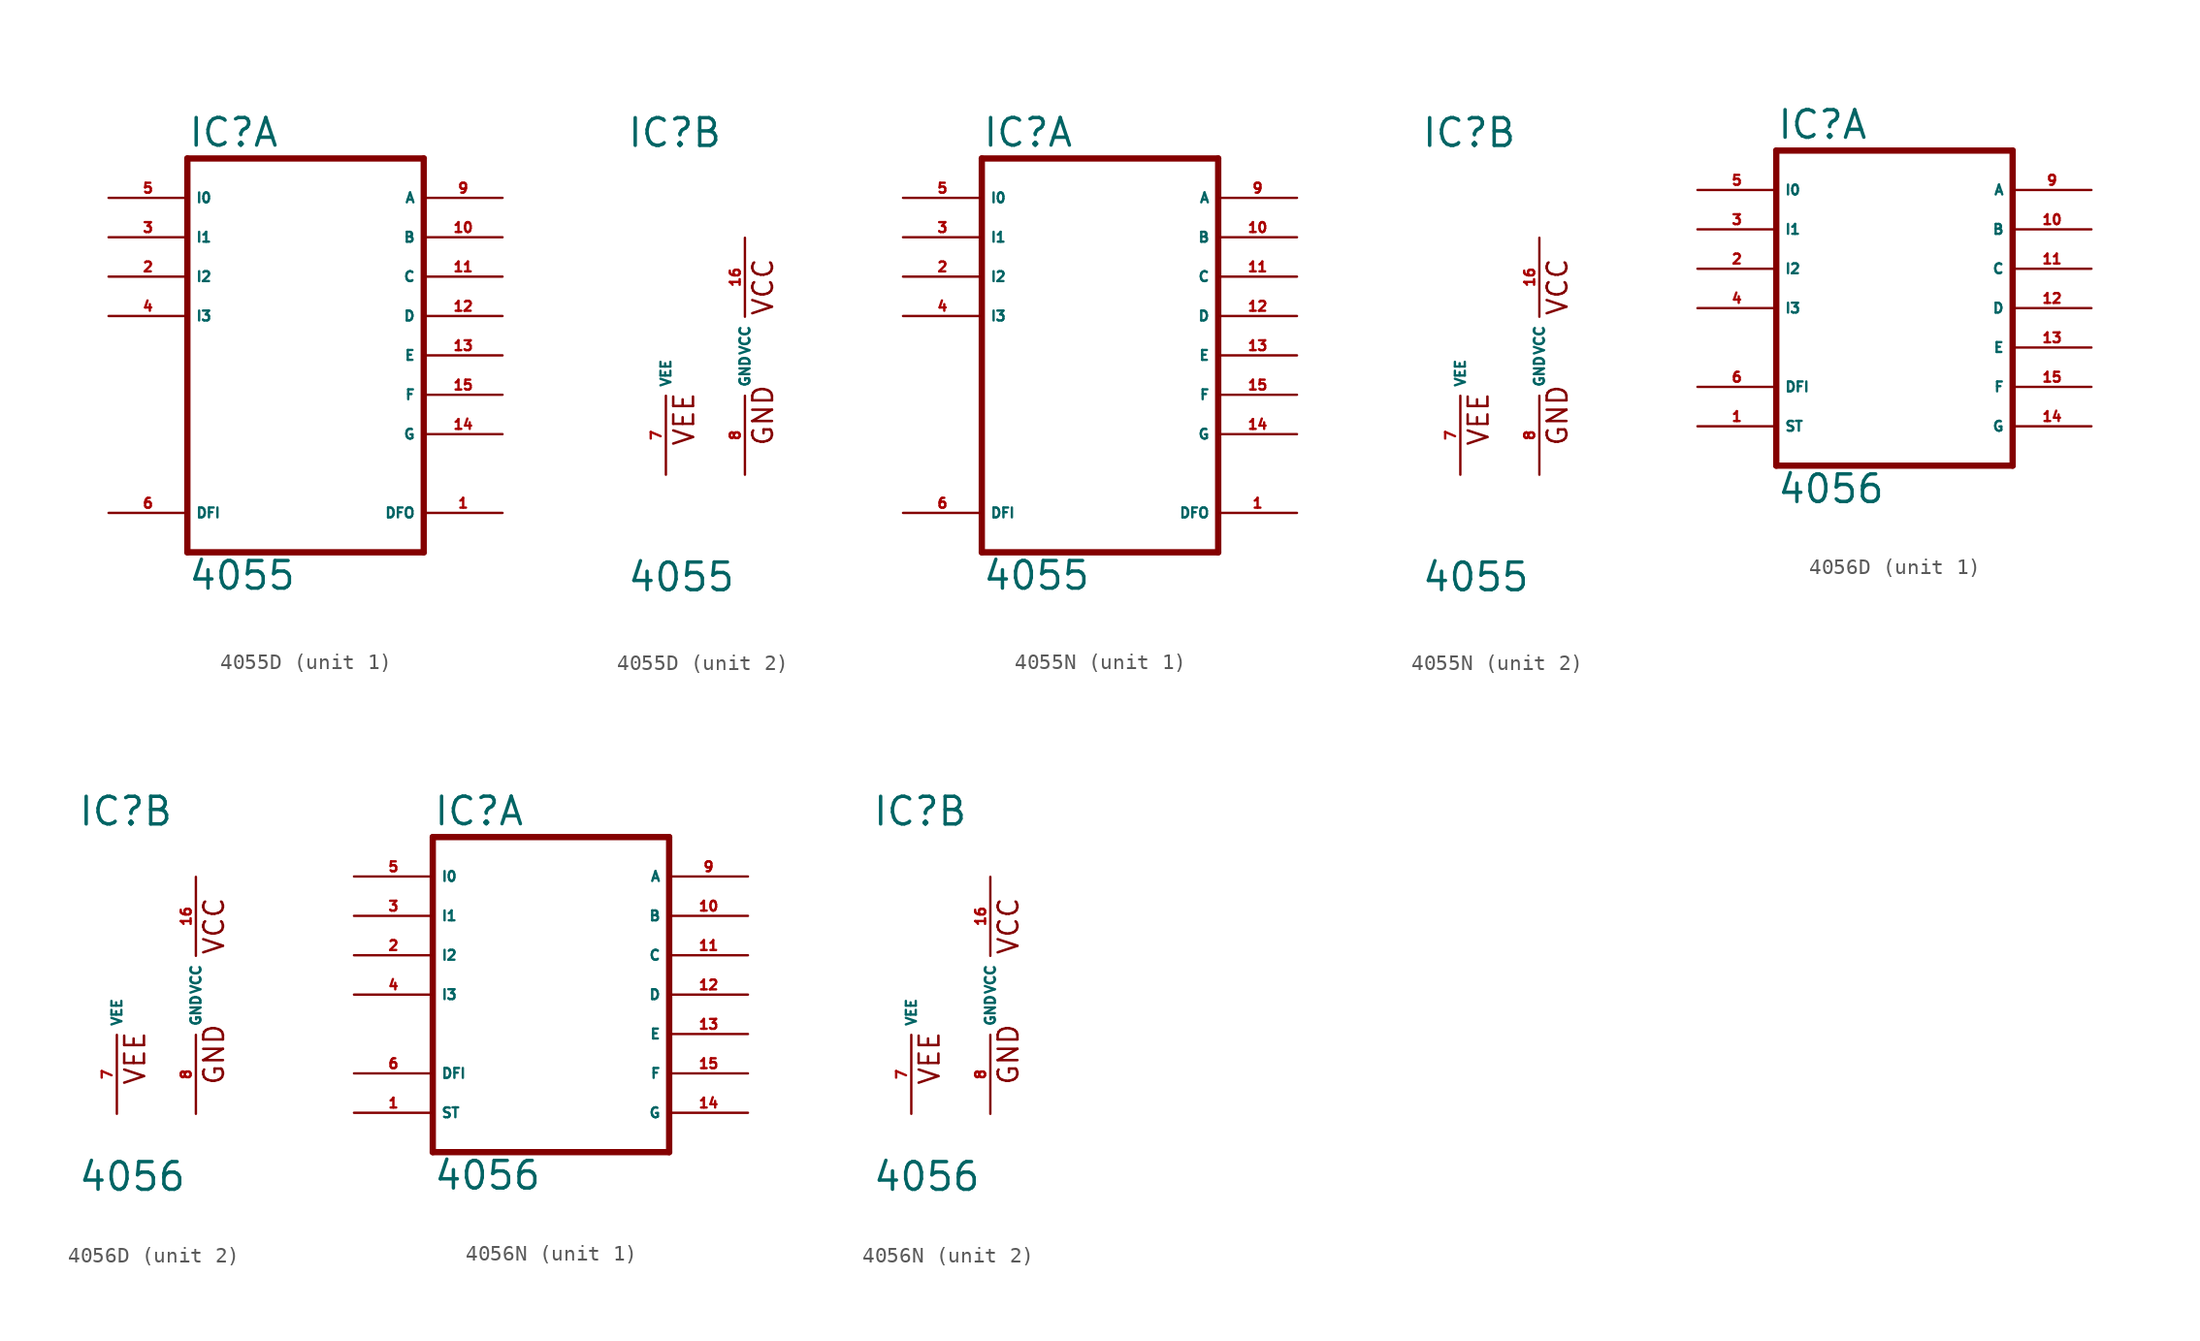
<source format=kicad_sym>
(kicad_symbol_lib
  (version 20220914)
  (generator Eagle2Kicad)
  (symbol "4055D"
    (property "Reference" "IC"
      (at -7.62 13.335 0)
      (effects (font (size 1.778 1.778) (thickness 0.22)) (justify left bottom)))
    (property "Value" "4055"
      (at -7.62 -15.24 0)
      (effects (font (size 1.778 1.778) (thickness 0.22)) (justify left bottom)))
    (symbol "4055D_1_0"
      (polyline (pts (xy -7.62 -12.7) (xy 7.62 -12.7)) (stroke (width 0.406) (type default)) (fill (type none)))
      (polyline (pts (xy 7.62 -12.7) (xy 7.62 12.7)) (stroke (width 0.406) (type default)) (fill (type none)))
      (polyline (pts (xy 7.62 12.7) (xy -7.62 12.7)) (stroke (width 0.406) (type default)) (fill (type none)))
      (polyline (pts (xy -7.62 12.7) (xy -7.62 -12.7)) (stroke (width 0.406) (type default)) (fill (type none)))
      (pin output line (at 12.7 -10.16 180) (length 5.08) (name "DFO" (effects (font (size 0.635 0.635) (thickness 0.08)) (justify left bottom))) (number "1" (effects (font (size 0.635 0.635) (thickness 0.08)) (justify left bottom))))
      (pin input line (at -12.7 5.08 0) (length 5.08) (name "I2" (effects (font (size 0.635 0.635) (thickness 0.08)) (justify left bottom))) (number "2" (effects (font (size 0.635 0.635) (thickness 0.08)) (justify left bottom))))
      (pin input line (at -12.7 7.62 0) (length 5.08) (name "I1" (effects (font (size 0.635 0.635) (thickness 0.08)) (justify left bottom))) (number "3" (effects (font (size 0.635 0.635) (thickness 0.08)) (justify left bottom))))
      (pin input line (at -12.7 2.54 0) (length 5.08) (name "I3" (effects (font (size 0.635 0.635) (thickness 0.08)) (justify left bottom))) (number "4" (effects (font (size 0.635 0.635) (thickness 0.08)) (justify left bottom))))
      (pin input line (at -12.7 10.16 0) (length 5.08) (name "I0" (effects (font (size 0.635 0.635) (thickness 0.08)) (justify left bottom))) (number "5" (effects (font (size 0.635 0.635) (thickness 0.08)) (justify left bottom))))
      (pin input line (at -12.7 -10.16 0) (length 5.08) (name "DFI" (effects (font (size 0.635 0.635) (thickness 0.08)) (justify left bottom))) (number "6" (effects (font (size 0.635 0.635) (thickness 0.08)) (justify left bottom))))
      (pin output line (at 12.7 10.16 180) (length 5.08) (name "A" (effects (font (size 0.635 0.635) (thickness 0.08)) (justify left bottom))) (number "9" (effects (font (size 0.635 0.635) (thickness 0.08)) (justify left bottom))))
      (pin output line (at 12.7 7.62 180) (length 5.08) (name "B" (effects (font (size 0.635 0.635) (thickness 0.08)) (justify left bottom))) (number "10" (effects (font (size 0.635 0.635) (thickness 0.08)) (justify left bottom))))
      (pin output line (at 12.7 5.08 180) (length 5.08) (name "C" (effects (font (size 0.635 0.635) (thickness 0.08)) (justify left bottom))) (number "11" (effects (font (size 0.635 0.635) (thickness 0.08)) (justify left bottom))))
      (pin output line (at 12.7 2.54 180) (length 5.08) (name "D" (effects (font (size 0.635 0.635) (thickness 0.08)) (justify left bottom))) (number "12" (effects (font (size 0.635 0.635) (thickness 0.08)) (justify left bottom))))
      (pin output line (at 12.7 0 180) (length 5.08) (name "E" (effects (font (size 0.635 0.635) (thickness 0.08)) (justify left bottom))) (number "13" (effects (font (size 0.635 0.635) (thickness 0.08)) (justify left bottom))))
      (pin output line (at 12.7 -5.08 180) (length 5.08) (name "G" (effects (font (size 0.635 0.635) (thickness 0.08)) (justify left bottom))) (number "14" (effects (font (size 0.635 0.635) (thickness 0.08)) (justify left bottom))))
      (pin output line (at 12.7 -2.54 180) (length 5.08) (name "F" (effects (font (size 0.635 0.635) (thickness 0.08)) (justify left bottom))) (number "15" (effects (font (size 0.635 0.635) (thickness 0.08)) (justify left bottom)))))
    (symbol "4055D_2_0"
      (text "VEE" (at -3.175 -5.842 900) (effects (font (size 1.27 1.27) (thickness 0.16)) (justify left bottom)))
      (text "GND" (at 1.905 -5.842 900) (effects (font (size 1.27 1.27) (thickness 0.16)) (justify left bottom)))
      (text "VCC" (at 1.905 2.54 900) (effects (font (size 1.27 1.27) (thickness 0.16)) (justify left bottom)))
      (pin unspecified line (at -5.08 -7.62 90) (length 5.08) (name "VEE" (effects (font (size 0.635 0.635) (thickness 0.08)) (justify left bottom))) (number "7" (effects (font (size 0.635 0.635) (thickness 0.08)) (justify left bottom))))
      (pin unspecified line (at 0 -7.62 90) (length 5.08) (name "GND" (effects (font (size 0.635 0.635) (thickness 0.08)) (justify left bottom))) (number "8" (effects (font (size 0.635 0.635) (thickness 0.08)) (justify left bottom))))
      (pin unspecified line (at 0 7.62 270) (length 5.08) (name "VCC" (effects (font (size 0.635 0.635) (thickness 0.08)) (justify left bottom))) (number "16" (effects (font (size 0.635 0.635) (thickness 0.08)) (justify left bottom))))))
  (symbol "4055N"
    (property "Reference" "IC"
      (at -7.62 13.335 0)
      (effects (font (size 1.778 1.778) (thickness 0.22)) (justify left bottom)))
    (property "Value" "4055"
      (at -7.62 -15.24 0)
      (effects (font (size 1.778 1.778) (thickness 0.22)) (justify left bottom)))
    (symbol "4055N_1_0"
      (polyline (pts (xy -7.62 -12.7) (xy 7.62 -12.7)) (stroke (width 0.406) (type default)) (fill (type none)))
      (polyline (pts (xy 7.62 -12.7) (xy 7.62 12.7)) (stroke (width 0.406) (type default)) (fill (type none)))
      (polyline (pts (xy 7.62 12.7) (xy -7.62 12.7)) (stroke (width 0.406) (type default)) (fill (type none)))
      (polyline (pts (xy -7.62 12.7) (xy -7.62 -12.7)) (stroke (width 0.406) (type default)) (fill (type none)))
      (pin output line (at 12.7 -10.16 180) (length 5.08) (name "DFO" (effects (font (size 0.635 0.635) (thickness 0.08)) (justify left bottom))) (number "1" (effects (font (size 0.635 0.635) (thickness 0.08)) (justify left bottom))))
      (pin input line (at -12.7 5.08 0) (length 5.08) (name "I2" (effects (font (size 0.635 0.635) (thickness 0.08)) (justify left bottom))) (number "2" (effects (font (size 0.635 0.635) (thickness 0.08)) (justify left bottom))))
      (pin input line (at -12.7 7.62 0) (length 5.08) (name "I1" (effects (font (size 0.635 0.635) (thickness 0.08)) (justify left bottom))) (number "3" (effects (font (size 0.635 0.635) (thickness 0.08)) (justify left bottom))))
      (pin input line (at -12.7 2.54 0) (length 5.08) (name "I3" (effects (font (size 0.635 0.635) (thickness 0.08)) (justify left bottom))) (number "4" (effects (font (size 0.635 0.635) (thickness 0.08)) (justify left bottom))))
      (pin input line (at -12.7 10.16 0) (length 5.08) (name "I0" (effects (font (size 0.635 0.635) (thickness 0.08)) (justify left bottom))) (number "5" (effects (font (size 0.635 0.635) (thickness 0.08)) (justify left bottom))))
      (pin input line (at -12.7 -10.16 0) (length 5.08) (name "DFI" (effects (font (size 0.635 0.635) (thickness 0.08)) (justify left bottom))) (number "6" (effects (font (size 0.635 0.635) (thickness 0.08)) (justify left bottom))))
      (pin output line (at 12.7 10.16 180) (length 5.08) (name "A" (effects (font (size 0.635 0.635) (thickness 0.08)) (justify left bottom))) (number "9" (effects (font (size 0.635 0.635) (thickness 0.08)) (justify left bottom))))
      (pin output line (at 12.7 7.62 180) (length 5.08) (name "B" (effects (font (size 0.635 0.635) (thickness 0.08)) (justify left bottom))) (number "10" (effects (font (size 0.635 0.635) (thickness 0.08)) (justify left bottom))))
      (pin output line (at 12.7 5.08 180) (length 5.08) (name "C" (effects (font (size 0.635 0.635) (thickness 0.08)) (justify left bottom))) (number "11" (effects (font (size 0.635 0.635) (thickness 0.08)) (justify left bottom))))
      (pin output line (at 12.7 2.54 180) (length 5.08) (name "D" (effects (font (size 0.635 0.635) (thickness 0.08)) (justify left bottom))) (number "12" (effects (font (size 0.635 0.635) (thickness 0.08)) (justify left bottom))))
      (pin output line (at 12.7 0 180) (length 5.08) (name "E" (effects (font (size 0.635 0.635) (thickness 0.08)) (justify left bottom))) (number "13" (effects (font (size 0.635 0.635) (thickness 0.08)) (justify left bottom))))
      (pin output line (at 12.7 -5.08 180) (length 5.08) (name "G" (effects (font (size 0.635 0.635) (thickness 0.08)) (justify left bottom))) (number "14" (effects (font (size 0.635 0.635) (thickness 0.08)) (justify left bottom))))
      (pin output line (at 12.7 -2.54 180) (length 5.08) (name "F" (effects (font (size 0.635 0.635) (thickness 0.08)) (justify left bottom))) (number "15" (effects (font (size 0.635 0.635) (thickness 0.08)) (justify left bottom)))))
    (symbol "4055N_2_0"
      (text "VEE" (at -3.175 -5.842 900) (effects (font (size 1.27 1.27) (thickness 0.16)) (justify left bottom)))
      (text "GND" (at 1.905 -5.842 900) (effects (font (size 1.27 1.27) (thickness 0.16)) (justify left bottom)))
      (text "VCC" (at 1.905 2.54 900) (effects (font (size 1.27 1.27) (thickness 0.16)) (justify left bottom)))
      (pin unspecified line (at -5.08 -7.62 90) (length 5.08) (name "VEE" (effects (font (size 0.635 0.635) (thickness 0.08)) (justify left bottom))) (number "7" (effects (font (size 0.635 0.635) (thickness 0.08)) (justify left bottom))))
      (pin unspecified line (at 0 -7.62 90) (length 5.08) (name "GND" (effects (font (size 0.635 0.635) (thickness 0.08)) (justify left bottom))) (number "8" (effects (font (size 0.635 0.635) (thickness 0.08)) (justify left bottom))))
      (pin unspecified line (at 0 7.62 270) (length 5.08) (name "VCC" (effects (font (size 0.635 0.635) (thickness 0.08)) (justify left bottom))) (number "16" (effects (font (size 0.635 0.635) (thickness 0.08)) (justify left bottom))))))
  (symbol "4056D"
    (property "Reference" "IC"
      (at -7.62 10.795 0)
      (effects (font (size 1.778 1.778) (thickness 0.22)) (justify left bottom)))
    (property "Value" "4056"
      (at -7.62 -12.7 0)
      (effects (font (size 1.778 1.778) (thickness 0.22)) (justify left bottom)))
    (symbol "4056D_1_0"
      (polyline (pts (xy -7.62 -10.16) (xy 7.62 -10.16)) (stroke (width 0.406) (type default)) (fill (type none)))
      (polyline (pts (xy 7.62 -10.16) (xy 7.62 10.16)) (stroke (width 0.406) (type default)) (fill (type none)))
      (polyline (pts (xy 7.62 10.16) (xy -7.62 10.16)) (stroke (width 0.406) (type default)) (fill (type none)))
      (polyline (pts (xy -7.62 10.16) (xy -7.62 -10.16)) (stroke (width 0.406) (type default)) (fill (type none)))
      (pin input line (at -12.7 -7.62 0) (length 5.08) (name "ST" (effects (font (size 0.635 0.635) (thickness 0.08)) (justify left bottom))) (number "1" (effects (font (size 0.635 0.635) (thickness 0.08)) (justify left bottom))))
      (pin input line (at -12.7 2.54 0) (length 5.08) (name "I2" (effects (font (size 0.635 0.635) (thickness 0.08)) (justify left bottom))) (number "2" (effects (font (size 0.635 0.635) (thickness 0.08)) (justify left bottom))))
      (pin input line (at -12.7 5.08 0) (length 5.08) (name "I1" (effects (font (size 0.635 0.635) (thickness 0.08)) (justify left bottom))) (number "3" (effects (font (size 0.635 0.635) (thickness 0.08)) (justify left bottom))))
      (pin input line (at -12.7 0 0) (length 5.08) (name "I3" (effects (font (size 0.635 0.635) (thickness 0.08)) (justify left bottom))) (number "4" (effects (font (size 0.635 0.635) (thickness 0.08)) (justify left bottom))))
      (pin input line (at -12.7 7.62 0) (length 5.08) (name "I0" (effects (font (size 0.635 0.635) (thickness 0.08)) (justify left bottom))) (number "5" (effects (font (size 0.635 0.635) (thickness 0.08)) (justify left bottom))))
      (pin input line (at -12.7 -5.08 0) (length 5.08) (name "DFI" (effects (font (size 0.635 0.635) (thickness 0.08)) (justify left bottom))) (number "6" (effects (font (size 0.635 0.635) (thickness 0.08)) (justify left bottom))))
      (pin output line (at 12.7 7.62 180) (length 5.08) (name "A" (effects (font (size 0.635 0.635) (thickness 0.08)) (justify left bottom))) (number "9" (effects (font (size 0.635 0.635) (thickness 0.08)) (justify left bottom))))
      (pin output line (at 12.7 5.08 180) (length 5.08) (name "B" (effects (font (size 0.635 0.635) (thickness 0.08)) (justify left bottom))) (number "10" (effects (font (size 0.635 0.635) (thickness 0.08)) (justify left bottom))))
      (pin output line (at 12.7 2.54 180) (length 5.08) (name "C" (effects (font (size 0.635 0.635) (thickness 0.08)) (justify left bottom))) (number "11" (effects (font (size 0.635 0.635) (thickness 0.08)) (justify left bottom))))
      (pin output line (at 12.7 0 180) (length 5.08) (name "D" (effects (font (size 0.635 0.635) (thickness 0.08)) (justify left bottom))) (number "12" (effects (font (size 0.635 0.635) (thickness 0.08)) (justify left bottom))))
      (pin output line (at 12.7 -2.54 180) (length 5.08) (name "E" (effects (font (size 0.635 0.635) (thickness 0.08)) (justify left bottom))) (number "13" (effects (font (size 0.635 0.635) (thickness 0.08)) (justify left bottom))))
      (pin output line (at 12.7 -7.62 180) (length 5.08) (name "G" (effects (font (size 0.635 0.635) (thickness 0.08)) (justify left bottom))) (number "14" (effects (font (size 0.635 0.635) (thickness 0.08)) (justify left bottom))))
      (pin output line (at 12.7 -5.08 180) (length 5.08) (name "F" (effects (font (size 0.635 0.635) (thickness 0.08)) (justify left bottom))) (number "15" (effects (font (size 0.635 0.635) (thickness 0.08)) (justify left bottom)))))
    (symbol "4056D_2_0"
      (text "VEE" (at -3.175 -5.842 900) (effects (font (size 1.27 1.27) (thickness 0.16)) (justify left bottom)))
      (text "GND" (at 1.905 -5.842 900) (effects (font (size 1.27 1.27) (thickness 0.16)) (justify left bottom)))
      (text "VCC" (at 1.905 2.54 900) (effects (font (size 1.27 1.27) (thickness 0.16)) (justify left bottom)))
      (pin unspecified line (at -5.08 -7.62 90) (length 5.08) (name "VEE" (effects (font (size 0.635 0.635) (thickness 0.08)) (justify left bottom))) (number "7" (effects (font (size 0.635 0.635) (thickness 0.08)) (justify left bottom))))
      (pin unspecified line (at 0 -7.62 90) (length 5.08) (name "GND" (effects (font (size 0.635 0.635) (thickness 0.08)) (justify left bottom))) (number "8" (effects (font (size 0.635 0.635) (thickness 0.08)) (justify left bottom))))
      (pin unspecified line (at 0 7.62 270) (length 5.08) (name "VCC" (effects (font (size 0.635 0.635) (thickness 0.08)) (justify left bottom))) (number "16" (effects (font (size 0.635 0.635) (thickness 0.08)) (justify left bottom))))))
  (symbol "4056N"
    (property "Reference" "IC"
      (at -7.62 10.795 0)
      (effects (font (size 1.778 1.778) (thickness 0.22)) (justify left bottom)))
    (property "Value" "4056"
      (at -7.62 -12.7 0)
      (effects (font (size 1.778 1.778) (thickness 0.22)) (justify left bottom)))
    (symbol "4056N_1_0"
      (polyline (pts (xy -7.62 -10.16) (xy 7.62 -10.16)) (stroke (width 0.406) (type default)) (fill (type none)))
      (polyline (pts (xy 7.62 -10.16) (xy 7.62 10.16)) (stroke (width 0.406) (type default)) (fill (type none)))
      (polyline (pts (xy 7.62 10.16) (xy -7.62 10.16)) (stroke (width 0.406) (type default)) (fill (type none)))
      (polyline (pts (xy -7.62 10.16) (xy -7.62 -10.16)) (stroke (width 0.406) (type default)) (fill (type none)))
      (pin input line (at -12.7 -7.62 0) (length 5.08) (name "ST" (effects (font (size 0.635 0.635) (thickness 0.08)) (justify left bottom))) (number "1" (effects (font (size 0.635 0.635) (thickness 0.08)) (justify left bottom))))
      (pin input line (at -12.7 2.54 0) (length 5.08) (name "I2" (effects (font (size 0.635 0.635) (thickness 0.08)) (justify left bottom))) (number "2" (effects (font (size 0.635 0.635) (thickness 0.08)) (justify left bottom))))
      (pin input line (at -12.7 5.08 0) (length 5.08) (name "I1" (effects (font (size 0.635 0.635) (thickness 0.08)) (justify left bottom))) (number "3" (effects (font (size 0.635 0.635) (thickness 0.08)) (justify left bottom))))
      (pin input line (at -12.7 0 0) (length 5.08) (name "I3" (effects (font (size 0.635 0.635) (thickness 0.08)) (justify left bottom))) (number "4" (effects (font (size 0.635 0.635) (thickness 0.08)) (justify left bottom))))
      (pin input line (at -12.7 7.62 0) (length 5.08) (name "I0" (effects (font (size 0.635 0.635) (thickness 0.08)) (justify left bottom))) (number "5" (effects (font (size 0.635 0.635) (thickness 0.08)) (justify left bottom))))
      (pin input line (at -12.7 -5.08 0) (length 5.08) (name "DFI" (effects (font (size 0.635 0.635) (thickness 0.08)) (justify left bottom))) (number "6" (effects (font (size 0.635 0.635) (thickness 0.08)) (justify left bottom))))
      (pin output line (at 12.7 7.62 180) (length 5.08) (name "A" (effects (font (size 0.635 0.635) (thickness 0.08)) (justify left bottom))) (number "9" (effects (font (size 0.635 0.635) (thickness 0.08)) (justify left bottom))))
      (pin output line (at 12.7 5.08 180) (length 5.08) (name "B" (effects (font (size 0.635 0.635) (thickness 0.08)) (justify left bottom))) (number "10" (effects (font (size 0.635 0.635) (thickness 0.08)) (justify left bottom))))
      (pin output line (at 12.7 2.54 180) (length 5.08) (name "C" (effects (font (size 0.635 0.635) (thickness 0.08)) (justify left bottom))) (number "11" (effects (font (size 0.635 0.635) (thickness 0.08)) (justify left bottom))))
      (pin output line (at 12.7 0 180) (length 5.08) (name "D" (effects (font (size 0.635 0.635) (thickness 0.08)) (justify left bottom))) (number "12" (effects (font (size 0.635 0.635) (thickness 0.08)) (justify left bottom))))
      (pin output line (at 12.7 -2.54 180) (length 5.08) (name "E" (effects (font (size 0.635 0.635) (thickness 0.08)) (justify left bottom))) (number "13" (effects (font (size 0.635 0.635) (thickness 0.08)) (justify left bottom))))
      (pin output line (at 12.7 -7.62 180) (length 5.08) (name "G" (effects (font (size 0.635 0.635) (thickness 0.08)) (justify left bottom))) (number "14" (effects (font (size 0.635 0.635) (thickness 0.08)) (justify left bottom))))
      (pin output line (at 12.7 -5.08 180) (length 5.08) (name "F" (effects (font (size 0.635 0.635) (thickness 0.08)) (justify left bottom))) (number "15" (effects (font (size 0.635 0.635) (thickness 0.08)) (justify left bottom)))))
    (symbol "4056N_2_0"
      (text "VEE" (at -3.175 -5.842 900) (effects (font (size 1.27 1.27) (thickness 0.16)) (justify left bottom)))
      (text "GND" (at 1.905 -5.842 900) (effects (font (size 1.27 1.27) (thickness 0.16)) (justify left bottom)))
      (text "VCC" (at 1.905 2.54 900) (effects (font (size 1.27 1.27) (thickness 0.16)) (justify left bottom)))
      (pin unspecified line (at -5.08 -7.62 90) (length 5.08) (name "VEE" (effects (font (size 0.635 0.635) (thickness 0.08)) (justify left bottom))) (number "7" (effects (font (size 0.635 0.635) (thickness 0.08)) (justify left bottom))))
      (pin unspecified line (at 0 -7.62 90) (length 5.08) (name "GND" (effects (font (size 0.635 0.635) (thickness 0.08)) (justify left bottom))) (number "8" (effects (font (size 0.635 0.635) (thickness 0.08)) (justify left bottom))))
      (pin unspecified line (at 0 7.62 270) (length 5.08) (name "VCC" (effects (font (size 0.635 0.635) (thickness 0.08)) (justify left bottom))) (number "16" (effects (font (size 0.635 0.635) (thickness 0.08)) (justify left bottom)))))))
</source>
